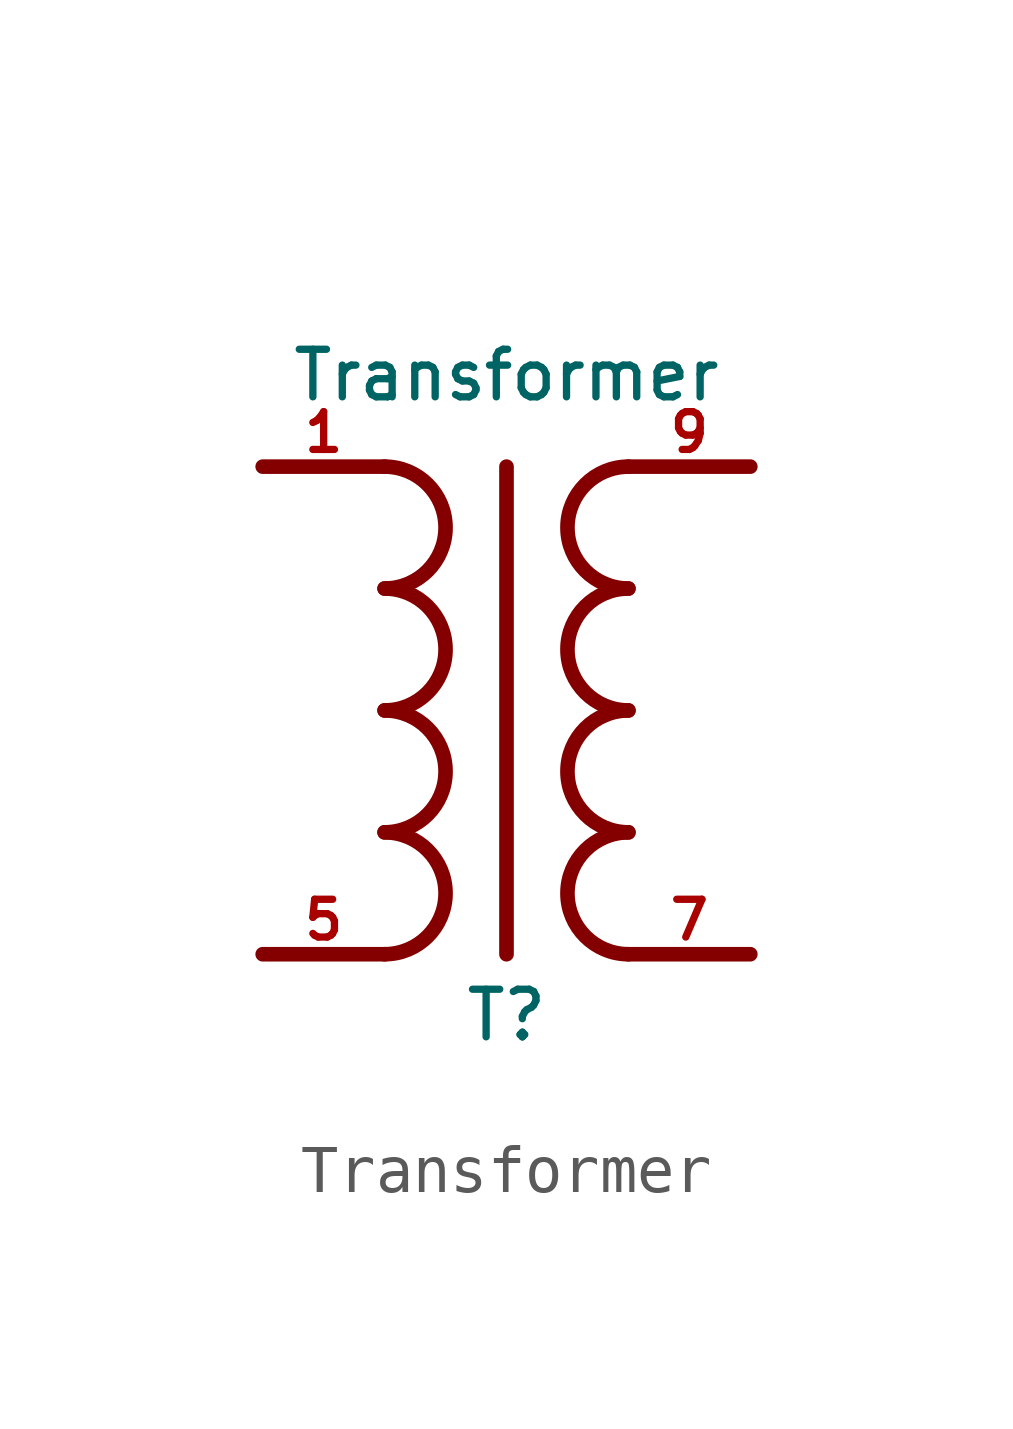
<source format=kicad_sym>
(kicad_symbol_lib
  (version 20220914)
  (generator kicad_symbol_editor)
  (symbol "Transformer"
    (pin_names
      (offset 1.016) hide)
    (property "Reference" "T"
      (at 0 -6.35 0)
      (effects (font (size 0.991 0.991))))
    (property "Value" "Transformer"
      (at 0 6.985 0)
      (effects (font (size 0.991 0.991))))
    (property "Datasheet" ""
      (at 0 8.89 0)
      (effects (font (size 1.27 1.27))))
    (symbol "Transformer_0_1"
      (arc (start -2.54 2.54) (mid -1.2755 3.81) (end -2.54 5.08) (stroke (width 0.3048) (type default)) (fill (type none)))
      (polyline (pts (xy -2.54 -5.08) (xy -5.08 -5.08)) (stroke (width 0.305) (type default)) (fill (type none)))
      (polyline (pts (xy -2.54 5.08) (xy -5.08 5.08)) (stroke (width 0.305) (type default)) (fill (type none)))
      (polyline (pts (xy 0 5.08) (xy 0 -5.08)) (stroke (width 0.305) (type default)) (fill (type none)))
      (polyline (pts (xy 5.08 -5.08) (xy 2.54 -5.08)) (stroke (width 0.305) (type default)) (fill (type none)))
      (polyline (pts (xy 5.08 5.08) (xy 2.54 5.08)) (stroke (width 0.305) (type default)) (fill (type none))))
    (symbol "Transformer_1_1"
      (arc (start -2.54 -5.08) (mid -1.2755 -3.81) (end -2.54 -2.54) (stroke (width 0.3048) (type default)) (fill (type none)))
      (arc (start -2.54 -2.54) (mid -1.2755 -1.27) (end -2.54 0) (stroke (width 0.3048) (type default)) (fill (type none)))
      (arc (start -2.54 0) (mid -1.2755 1.27) (end -2.54 2.54) (stroke (width 0.3048) (type default)) (fill (type none)))
      (arc (start 2.54 -2.54) (mid 1.2755 -3.81) (end 2.54 -5.08) (stroke (width 0.3048) (type default)) (fill (type none)))
      (arc (start 2.54 0) (mid 1.2755 -1.27) (end 2.54 -2.54) (stroke (width 0.3048) (type default)) (fill (type none)))
      (arc (start 2.54 2.54) (mid 1.2755 1.27) (end 2.54 0) (stroke (width 0.3048) (type default)) (fill (type none)))
      (arc (start 2.54 5.08) (mid 1.2755 3.81) (end 2.54 2.54) (stroke (width 0.3048) (type default)) (fill (type none)))
      (pin passive line (at -5.08 5.08 0) (length 2.54) (name "Pri1" (effects (font (size 0.787 0.787)))) (number "1" (effects (font (size 0.787 0.787)))))
      (pin passive line (at -5.08 -5.08 0) (length 2.54) (name "Pri5" (effects (font (size 0.787 0.787)))) (number "5" (effects (font (size 0.787 0.787)))))
      (pin passive line (at 5.08 -5.08 180) (length 2.54) (name "Sec7" (effects (font (size 0.787 0.787)))) (number "7" (effects (font (size 0.787 0.787)))))
      (pin passive line (at 5.08 5.08 180) (length 2.54) (name "Sec9" (effects (font (size 0.787 0.787)))) (number "9" (effects (font (size 0.787 0.787))))))))
</source>
